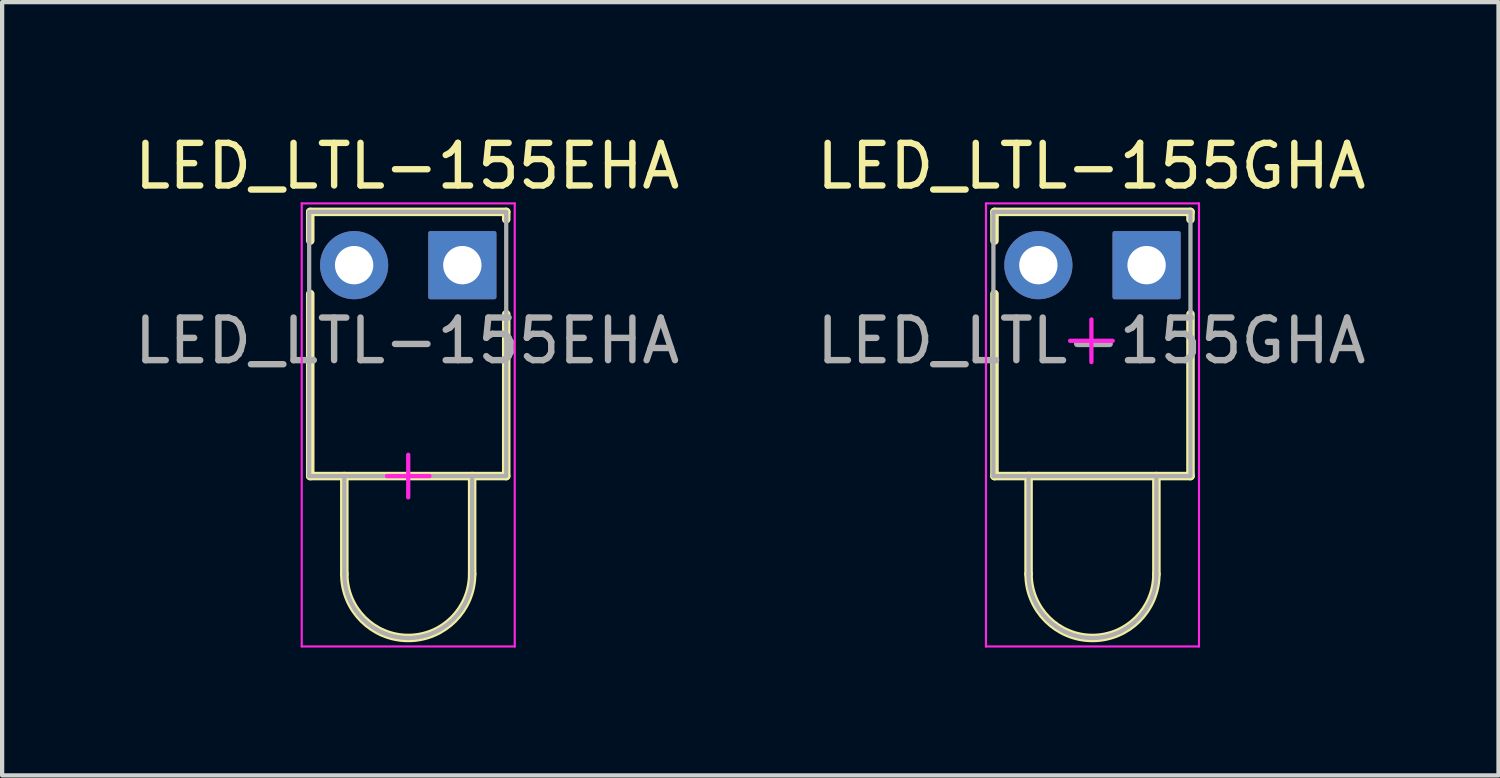
<source format=kicad_pcb>
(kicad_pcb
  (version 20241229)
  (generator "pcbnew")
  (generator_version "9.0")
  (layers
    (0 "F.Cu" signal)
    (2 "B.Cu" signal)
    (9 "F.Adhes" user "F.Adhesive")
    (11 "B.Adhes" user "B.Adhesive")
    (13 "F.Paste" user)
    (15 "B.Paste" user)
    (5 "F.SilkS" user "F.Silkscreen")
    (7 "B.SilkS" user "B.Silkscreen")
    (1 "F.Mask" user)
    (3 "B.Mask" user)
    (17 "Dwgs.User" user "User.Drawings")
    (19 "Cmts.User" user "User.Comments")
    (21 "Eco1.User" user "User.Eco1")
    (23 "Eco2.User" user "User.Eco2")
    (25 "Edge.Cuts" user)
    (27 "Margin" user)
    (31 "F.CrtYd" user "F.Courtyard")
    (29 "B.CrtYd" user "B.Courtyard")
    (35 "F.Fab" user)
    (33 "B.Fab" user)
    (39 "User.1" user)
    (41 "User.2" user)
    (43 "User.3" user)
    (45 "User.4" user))
  (footprint "LED_LTL-155EHA"
    (layer "F.Cu")
    (at 6.531 8.123)
    (property "Reference" "LED_LTL-155EHA" (at -0.025 -7.275 0) (layer "F.SilkS") (effects (font (size 1 1) (thickness 0.15))))
    (attr through_hole)
    (fp_line (start -2.3 -6.2) (end -2.3 -5.525) (stroke (width 0.2) (type solid)) (layer "F.SilkS"))
    (fp_line (start -2.3 0) (end -2.3 -4.275) (stroke (width 0.2) (type solid)) (layer "F.SilkS"))
    (fp_line (start -2.3 0) (end 2.3 0) (stroke (width 0.2) (type solid)) (layer "F.SilkS"))
    (fp_line (start -1.5 2.3) (end -1.5 0) (stroke (width 0.2) (type solid)) (layer "F.SilkS"))
    (fp_line (start 1.5 2.3) (end 1.5 0) (stroke (width 0.2) (type solid)) (layer "F.SilkS"))
    (fp_line (start 2.3 -6.2) (end -2.3 -6.2) (stroke (width 0.2) (type solid)) (layer "F.SilkS"))
    (fp_line (start 2.3 -6.2) (end 2.3 -6.025) (stroke (width 0.2) (type solid)) (layer "F.SilkS"))
    (fp_line (start 2.3 -3.8) (end 2.3 0) (stroke (width 0.2) (type solid)) (layer "F.SilkS"))
    (fp_arc (start 1.5 2.3) (mid 0 3.8) (end -1.5 2.3) (stroke (width 0.2) (type solid)) (layer "F.SilkS"))
    (fp_line (start -2.5 -6.4) (end 2.5 -6.4) (stroke (width 0.05) (type solid)) (layer "F.CrtYd"))
    (fp_line (start -2.5 4) (end -2.5 -6.4) (stroke (width 0.05) (type solid)) (layer "F.CrtYd"))
    (fp_line (start -0.5 0) (end 0.5 0) (stroke (width 0.1) (type solid)) (layer "F.CrtYd"))
    (fp_line (start 0 -0.5) (end 0 0.5) (stroke (width 0.1) (type solid)) (layer "F.CrtYd"))
    (fp_line (start 2.5 -6.4) (end 2.5 4) (stroke (width 0.05) (type solid)) (layer "F.CrtYd"))
    (fp_line (start 2.5 4) (end -2.5 4) (stroke (width 0.05) (type solid)) (layer "F.CrtYd"))
    (fp_line (start -2.325 -6.2) (end 2.275 -6.2) (stroke (width 0.1) (type solid)) (layer "F.Fab"))
    (fp_line (start -2.325 0) (end -2.325 -6.2) (stroke (width 0.1) (type solid)) (layer "F.Fab"))
    (fp_line (start -2.325 0) (end 2.275 0) (stroke (width 0.1) (type solid)) (layer "F.Fab"))
    (fp_line (start -1.5 2.3) (end -1.5 0) (stroke (width 0.1) (type solid)) (layer "F.Fab"))
    (fp_line (start 1.5 2.3) (end 1.5 0) (stroke (width 0.1) (type solid)) (layer "F.Fab"))
    (fp_line (start 2.3 0) (end 2.3 -6.2) (stroke (width 0.1) (type solid)) (layer "F.Fab"))
    (fp_arc (start 1.5 2.3) (mid 0 3.8) (end -1.5 2.3) (stroke (width 0.1) (type solid)) (layer "F.Fab"))
    (fp_text user "${REFERENCE}" (at -0.025 -3.175 0) (layer "F.Fab") (effects (font (size 1 1) (thickness 0.15))))
    (pad "1" thru_hole roundrect (at 1.27 -4.95) (size 1.6 1.6) (drill 0.9) (layers "*.Cu" "*.Mask") (roundrect_rratio 0.031))
    (pad "2" thru_hole circle (at -1.27 -4.95) (size 1.6 1.6) (drill 0.9) (layers "*.Cu" "*.Mask")))
  (footprint "LED_LTL-155GHA"
    (layer "F.Cu")
    (at 22.59 8.123)
    (property "Reference" "LED_LTL-155GHA" (at -0.025 -7.275 0) (layer "F.SilkS") (effects (font (size 1 1) (thickness 0.15))))
    (attr through_hole)
    (fp_line (start -2.3 -6.2) (end -2.3 -5.525) (stroke (width 0.2) (type solid)) (layer "F.SilkS"))
    (fp_line (start -2.3 0) (end -2.3 -4.275) (stroke (width 0.2) (type solid)) (layer "F.SilkS"))
    (fp_line (start -2.3 0) (end 2.3 0) (stroke (width 0.2) (type solid)) (layer "F.SilkS"))
    (fp_line (start -1.5 2.3) (end -1.5 0) (stroke (width 0.2) (type solid)) (layer "F.SilkS"))
    (fp_line (start 1.5 2.3) (end 1.5 0) (stroke (width 0.2) (type solid)) (layer "F.SilkS"))
    (fp_line (start 2.3 -6.2) (end -2.3 -6.2) (stroke (width 0.2) (type solid)) (layer "F.SilkS"))
    (fp_line (start 2.3 -6.2) (end 2.3 -6.025) (stroke (width 0.2) (type solid)) (layer "F.SilkS"))
    (fp_line (start 2.3 -3.8) (end 2.3 0) (stroke (width 0.2) (type solid)) (layer "F.SilkS"))
    (fp_arc (start 1.5 2.3) (mid 0 3.8) (end -1.5 2.3) (stroke (width 0.2) (type solid)) (layer "F.SilkS"))
    (fp_line (start -2.5 -6.4) (end 2.5 -6.4) (stroke (width 0.05) (type solid)) (layer "F.CrtYd"))
    (fp_line (start -2.5 4) (end -2.5 -6.4) (stroke (width 0.05) (type solid)) (layer "F.CrtYd"))
    (fp_line (start -0.525 -3.175) (end 0.475 -3.175) (stroke (width 0.1) (type solid)) (layer "F.CrtYd"))
    (fp_line (start -0.025 -3.675) (end -0.025 -2.675) (stroke (width 0.1) (type solid)) (layer "F.CrtYd"))
    (fp_line (start 2.5 -6.4) (end 2.5 4) (stroke (width 0.05) (type solid)) (layer "F.CrtYd"))
    (fp_line (start 2.5 4) (end -2.5 4) (stroke (width 0.05) (type solid)) (layer "F.CrtYd"))
    (fp_line (start -2.325 -6.2) (end 2.275 -6.2) (stroke (width 0.1) (type solid)) (layer "F.Fab"))
    (fp_line (start -2.325 0) (end -2.325 -6.2) (stroke (width 0.1) (type solid)) (layer "F.Fab"))
    (fp_line (start -2.325 0) (end 2.275 0) (stroke (width 0.1) (type solid)) (layer "F.Fab"))
    (fp_line (start -1.5 2.3) (end -1.5 0) (stroke (width 0.1) (type solid)) (layer "F.Fab"))
    (fp_line (start 1.5 2.3) (end 1.5 0) (stroke (width 0.1) (type solid)) (layer "F.Fab"))
    (fp_line (start 2.3 0) (end 2.3 -6.2) (stroke (width 0.1) (type solid)) (layer "F.Fab"))
    (fp_arc (start 1.5 2.3) (mid 0 3.8) (end -1.5 2.3) (stroke (width 0.1) (type solid)) (layer "F.Fab"))
    (fp_text user "${REFERENCE}" (at -0.025 -3.175 0) (layer "F.Fab") (effects (font (size 1 1) (thickness 0.15))))
    (pad "A" thru_hole circle (at -1.27 -4.95) (size 1.6 1.6) (drill 0.9) (layers "*.Cu" "*.Mask"))
    (pad "K" thru_hole roundrect (at 1.27 -4.95) (size 1.6 1.6) (drill 0.9) (layers "*.Cu" "*.Mask") (roundrect_rratio 0.031)))
  (gr_rect
    (start -3 -3)
    (end 32.119 15.148)
    (stroke (width 0.1) (type default))
    (fill no)
    (layer "Edge.Cuts")))
</source>
